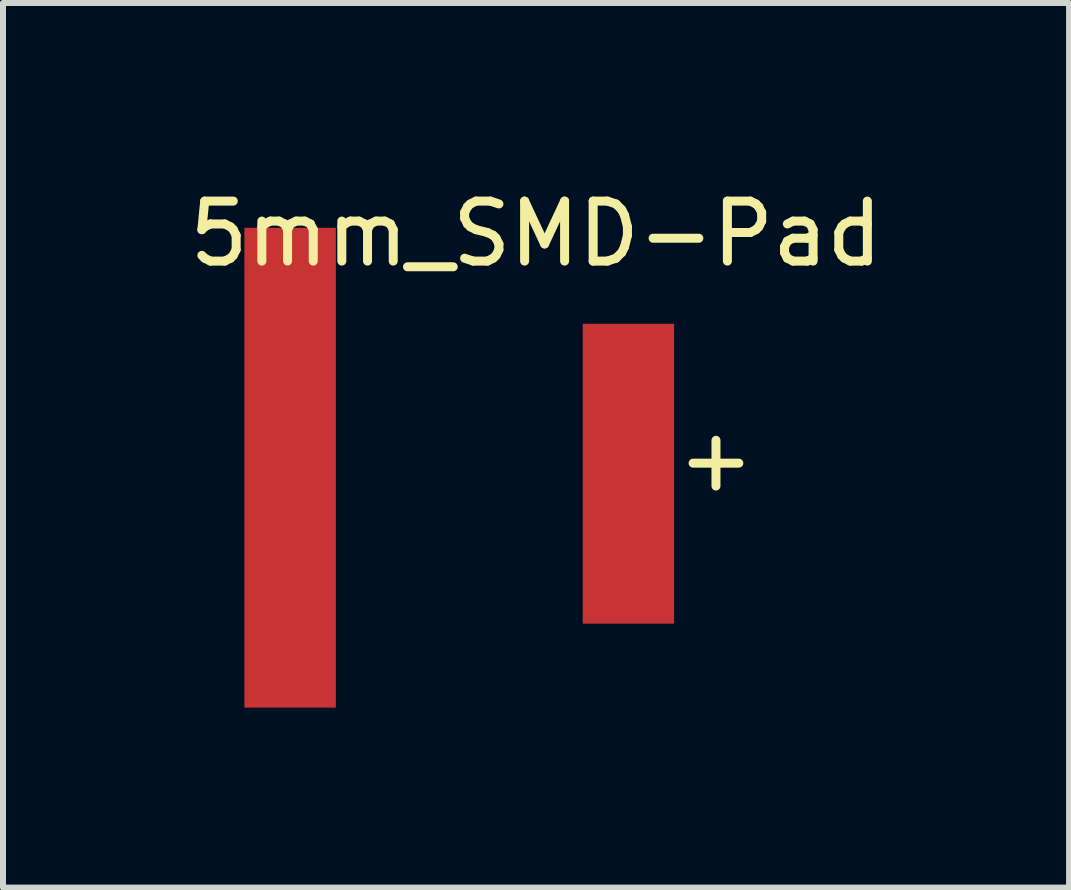
<source format=kicad_pcb>
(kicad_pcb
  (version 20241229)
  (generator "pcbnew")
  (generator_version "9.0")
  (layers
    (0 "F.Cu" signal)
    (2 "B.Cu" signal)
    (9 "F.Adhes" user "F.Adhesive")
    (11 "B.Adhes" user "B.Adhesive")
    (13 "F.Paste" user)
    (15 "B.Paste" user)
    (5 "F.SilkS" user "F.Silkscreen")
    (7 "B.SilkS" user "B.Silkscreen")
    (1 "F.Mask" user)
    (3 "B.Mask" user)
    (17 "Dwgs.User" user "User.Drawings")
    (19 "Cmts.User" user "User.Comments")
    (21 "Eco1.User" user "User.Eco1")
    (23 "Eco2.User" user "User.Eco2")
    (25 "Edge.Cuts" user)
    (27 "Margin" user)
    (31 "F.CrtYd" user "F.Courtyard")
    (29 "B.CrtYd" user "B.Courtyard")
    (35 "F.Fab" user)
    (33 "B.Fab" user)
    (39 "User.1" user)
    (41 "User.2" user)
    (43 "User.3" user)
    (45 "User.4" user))
  (footprint "5mm_SMD-Pad"
    (layer "F.Cu")
    (at 5.887 0.348)
    (property "Reference" "5mm_SMD-Pad" (at 0 0.5 0) (layer "F.SilkS") (effects (font (size 1 1) (thickness 0.15))))
    (attr through_hole)
    (fp_text user "+" (at 3 4.25 0) (layer "F.SilkS") (effects (font (size 1 1) (thickness 0.15))))
    (pad "1" smd rect (at -4.1 4.4) (size 1.524 8) (layers "F.Cu" "F.Mask" "F.Paste"))
    (pad "2" smd rect (at 1.54 4.5) (size 1.524 5) (layers "F.Cu" "F.Mask" "F.Paste")))
  (gr_rect
    (start -3 -3)
    (end 14.774 11.748)
    (stroke (width 0.1) (type default))
    (fill no)
    (layer "Edge.Cuts")))
</source>
